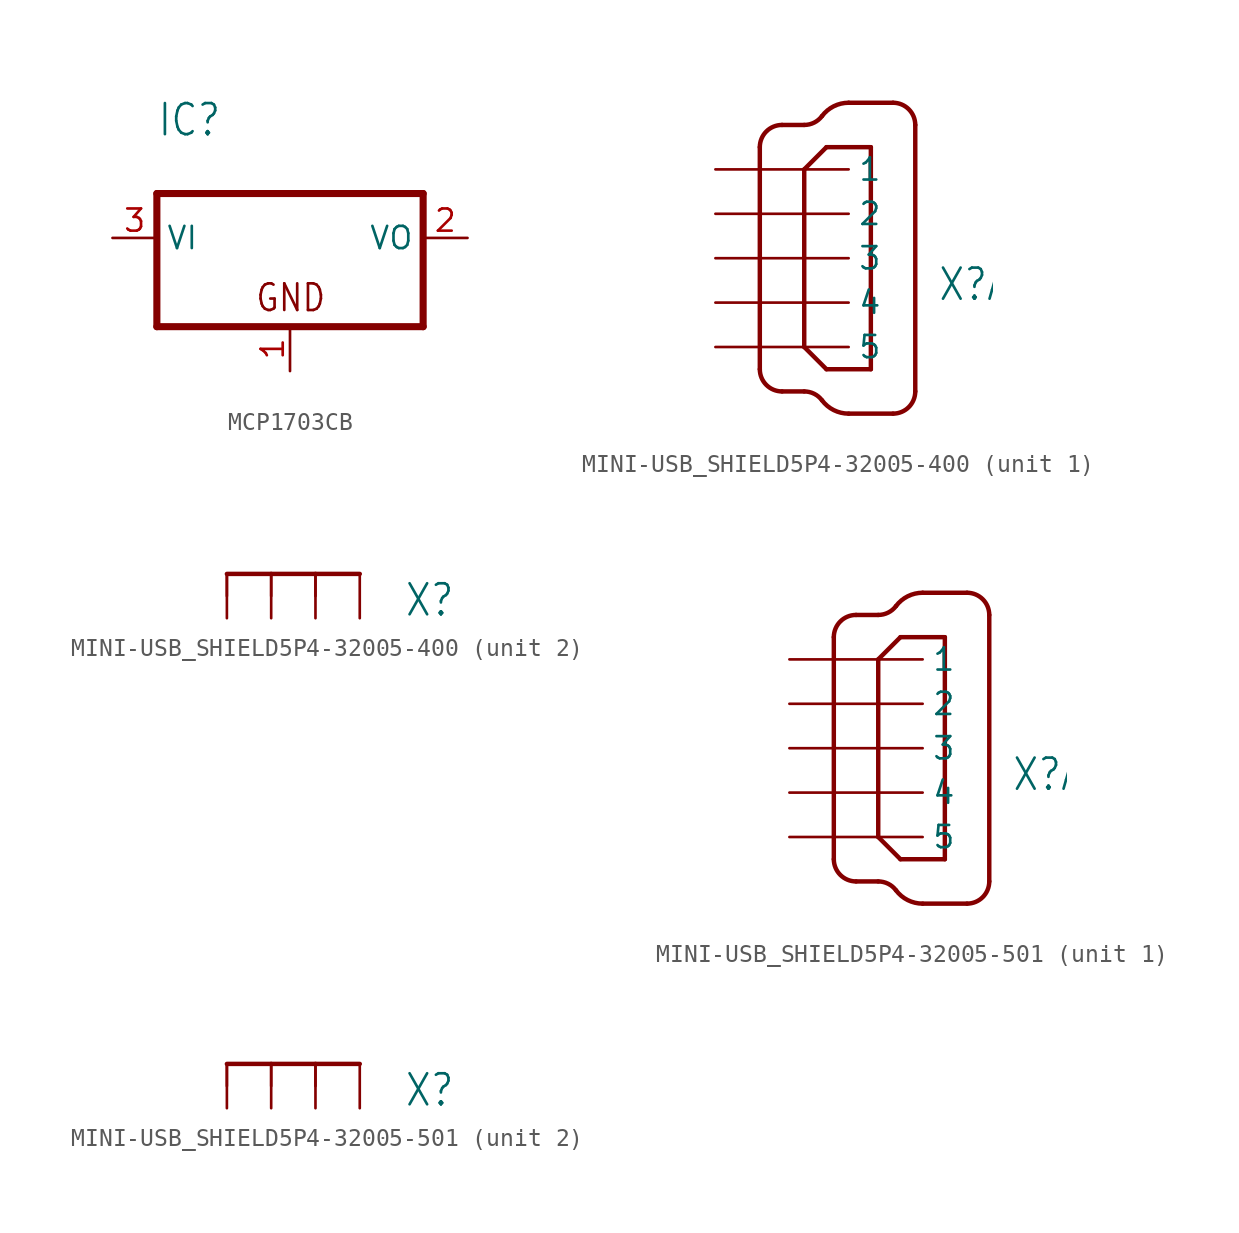
<source format=kicad_sym>
(kicad_symbol_lib
  (version 20220914)
  (generator kicad_symbol_editor)
  (symbol "MCP1703CB"
    (property "Reference" "IC"
      (at -7.62 5.715 0)
      (effects (font (size 1.778 1.511)) (justify left bottom)))
    (property "Value" ""
      (at -7.62 3.175 0)
      (effects (font (size 1.778 1.511)) (justify left bottom)))
    (property "ki_locked" ""
      (at 0 0 0)
      (effects (font (size 1.27 1.27))))
    (symbol "MCP1703CB_1_0"
      (polyline (pts (xy -7.62 -5.08) (xy 7.62 -5.08)) (stroke (width 0.406) (type solid)) (fill (type none)))
      (polyline (pts (xy -7.62 2.54) (xy -7.62 -5.08)) (stroke (width 0.406) (type solid)) (fill (type none)))
      (polyline (pts (xy 7.62 -5.08) (xy 7.62 2.54)) (stroke (width 0.406) (type solid)) (fill (type none)))
      (polyline (pts (xy 7.62 2.54) (xy -7.62 2.54)) (stroke (width 0.406) (type solid)) (fill (type none)))
      (text "GND" (at -2.032 -4.318 0) (effects (font (size 1.524 1.295)) (justify left bottom)))
      (pin passive line (at 0 -7.62 90) (length 2.54) (name "GND" (effects (font (size 0 0)))) (number "1" (effects (font (size 1.27 1.27)))))
      (pin passive line (at 10.16 0 180) (length 2.54) (name "VO" (effects (font (size 1.27 1.27)))) (number "2" (effects (font (size 1.27 1.27)))))
      (pin input line (at -10.16 0 0) (length 2.54) (name "VI" (effects (font (size 1.27 1.27)))) (number "3" (effects (font (size 1.27 1.27)))))))
  (symbol "MINI-USB_SHIELD5P4-32005-400"
    (property "Reference" "X"
      (at 7.62 -2.54 0)
      (effects (font (size 1.778 1.511)) (justify left bottom)))
    (property "ki_locked" ""
      (at 0 0 0)
      (effects (font (size 1.27 1.27))))
    (symbol "MINI-USB_SHIELD5P4-32005-400_1_0"
      (arc (start -2.54 -6.35) (mid -2.168 -7.248) (end -1.27 -7.62) (stroke (width 0.254) (type solid)) (fill (type none)))
      (arc (start -1.27 7.62) (mid -2.168 7.248) (end -2.54 6.35) (stroke (width 0.254) (type solid)) (fill (type none)))
      (polyline (pts (xy -2.54 6.35) (xy -2.54 -6.35)) (stroke (width 0.254) (type solid)) (fill (type none)))
      (polyline (pts (xy -1.27 -7.62) (xy 0 -7.62)) (stroke (width 0.254) (type solid)) (fill (type none)))
      (polyline (pts (xy -1.27 7.62) (xy 0 7.62)) (stroke (width 0.254) (type solid)) (fill (type none)))
      (polyline (pts (xy 0 -5.08) (xy 1.27 -6.35)) (stroke (width 0.254) (type solid)) (fill (type none)))
      (polyline (pts (xy 0 5.08) (xy 0 -5.08)) (stroke (width 0.254) (type solid)) (fill (type none)))
      (polyline (pts (xy 1.27 -6.35) (xy 3.81 -6.35)) (stroke (width 0.254) (type solid)) (fill (type none)))
      (polyline (pts (xy 1.27 6.35) (xy 0 5.08)) (stroke (width 0.254) (type solid)) (fill (type none)))
      (polyline (pts (xy 2.54 -8.89) (xy 5.08 -8.89)) (stroke (width 0.254) (type solid)) (fill (type none)))
      (polyline (pts (xy 2.54 8.89) (xy 5.08 8.89)) (stroke (width 0.254) (type solid)) (fill (type none)))
      (polyline (pts (xy 3.81 -6.35) (xy 3.81 6.35)) (stroke (width 0.254) (type solid)) (fill (type none)))
      (polyline (pts (xy 3.81 6.35) (xy 1.27 6.35)) (stroke (width 0.254) (type solid)) (fill (type none)))
      (polyline (pts (xy 6.35 -7.62) (xy 6.35 7.62)) (stroke (width 0.254) (type solid)) (fill (type none)))
      (arc (start 0 7.62) (mid 0.568 7.7541) (end 1.016 8.128) (stroke (width 0.254) (type solid)) (fill (type none)))
      (arc (start 1.016 -8.128) (mid 0.568 -7.7541) (end 0 -7.62) (stroke (width 0.254) (type solid)) (fill (type none)))
      (arc (start 1.016 -8.128) (mid 1.6881 -8.6889) (end 2.5401 -8.89) (stroke (width 0.254) (type solid)) (fill (type none)))
      (arc (start 2.5401 8.89) (mid 1.6881 8.6889) (end 1.016 8.128) (stroke (width 0.254) (type solid)) (fill (type none)))
      (arc (start 5.08 -8.89) (mid 5.978 -8.518) (end 6.35 -7.62) (stroke (width 0.254) (type solid)) (fill (type none)))
      (arc (start 6.35 7.62) (mid 5.978 8.518) (end 5.08 8.89) (stroke (width 0.254) (type solid)) (fill (type none)))
      (pin passive line (at -5.08 5.08 0) (length 7.62) (name "1" (effects (font (size 1.27 1.27)))) (number "1" (effects (font (size 0 0)))))
      (pin passive line (at -5.08 2.54 0) (length 7.62) (name "2" (effects (font (size 1.27 1.27)))) (number "2" (effects (font (size 0 0)))))
      (pin passive line (at -5.08 0 0) (length 7.62) (name "3" (effects (font (size 1.27 1.27)))) (number "3" (effects (font (size 0 0)))))
      (pin passive line (at -5.08 -2.54 0) (length 7.62) (name "4" (effects (font (size 1.27 1.27)))) (number "4" (effects (font (size 0 0)))))
      (pin passive line (at -5.08 -5.08 0) (length 7.62) (name "5" (effects (font (size 1.27 1.27)))) (number "5" (effects (font (size 0 0))))))
    (symbol "MINI-USB_SHIELD5P4-32005-400_2_0"
      (polyline (pts (xy -2.54 -1.27) (xy -2.54 0)) (stroke (width 0.152) (type solid)) (fill (type none)))
      (polyline (pts (xy -2.54 0) (xy 0 0)) (stroke (width 0.254) (type solid)) (fill (type none)))
      (polyline (pts (xy 0 -1.27) (xy 0 0)) (stroke (width 0.152) (type solid)) (fill (type none)))
      (polyline (pts (xy 0 0) (xy 2.54 0)) (stroke (width 0.254) (type solid)) (fill (type none)))
      (polyline (pts (xy 2.54 -1.27) (xy 2.54 0)) (stroke (width 0.152) (type solid)) (fill (type none)))
      (polyline (pts (xy 2.54 0) (xy 5.08 0)) (stroke (width 0.254) (type solid)) (fill (type none)))
      (pin passive line (at -2.54 -2.54 90) (length 2.54) (name "S1" (effects (font (size 0 0)))) (number "M1" (effects (font (size 0 0)))))
      (pin passive line (at 0 -2.54 90) (length 2.54) (name "S2" (effects (font (size 0 0)))) (number "M2" (effects (font (size 0 0)))))
      (pin passive line (at 2.54 -2.54 90) (length 2.54) (name "S3" (effects (font (size 0 0)))) (number "M3" (effects (font (size 0 0)))))
      (pin passive line (at 5.08 -2.54 90) (length 2.54) (name "S4" (effects (font (size 0 0)))) (number "M4" (effects (font (size 0 0)))))))
  (symbol "MINI-USB_SHIELD5P4-32005-501"
    (property "Reference" "X"
      (at 7.62 -2.54 0)
      (effects (font (size 1.778 1.511)) (justify left bottom)))
    (property "ki_locked" ""
      (at 0 0 0)
      (effects (font (size 1.27 1.27))))
    (symbol "MINI-USB_SHIELD5P4-32005-501_1_0"
      (arc (start -2.54 -6.35) (mid -2.168 -7.248) (end -1.27 -7.62) (stroke (width 0.254) (type solid)) (fill (type none)))
      (arc (start -1.27 7.62) (mid -2.168 7.248) (end -2.54 6.35) (stroke (width 0.254) (type solid)) (fill (type none)))
      (polyline (pts (xy -2.54 6.35) (xy -2.54 -6.35)) (stroke (width 0.254) (type solid)) (fill (type none)))
      (polyline (pts (xy -1.27 -7.62) (xy 0 -7.62)) (stroke (width 0.254) (type solid)) (fill (type none)))
      (polyline (pts (xy -1.27 7.62) (xy 0 7.62)) (stroke (width 0.254) (type solid)) (fill (type none)))
      (polyline (pts (xy 0 -5.08) (xy 1.27 -6.35)) (stroke (width 0.254) (type solid)) (fill (type none)))
      (polyline (pts (xy 0 5.08) (xy 0 -5.08)) (stroke (width 0.254) (type solid)) (fill (type none)))
      (polyline (pts (xy 1.27 -6.35) (xy 3.81 -6.35)) (stroke (width 0.254) (type solid)) (fill (type none)))
      (polyline (pts (xy 1.27 6.35) (xy 0 5.08)) (stroke (width 0.254) (type solid)) (fill (type none)))
      (polyline (pts (xy 2.54 -8.89) (xy 5.08 -8.89)) (stroke (width 0.254) (type solid)) (fill (type none)))
      (polyline (pts (xy 2.54 8.89) (xy 5.08 8.89)) (stroke (width 0.254) (type solid)) (fill (type none)))
      (polyline (pts (xy 3.81 -6.35) (xy 3.81 6.35)) (stroke (width 0.254) (type solid)) (fill (type none)))
      (polyline (pts (xy 3.81 6.35) (xy 1.27 6.35)) (stroke (width 0.254) (type solid)) (fill (type none)))
      (polyline (pts (xy 6.35 -7.62) (xy 6.35 7.62)) (stroke (width 0.254) (type solid)) (fill (type none)))
      (arc (start 0 7.62) (mid 0.568 7.7541) (end 1.016 8.128) (stroke (width 0.254) (type solid)) (fill (type none)))
      (arc (start 1.016 -8.128) (mid 0.568 -7.7541) (end 0 -7.62) (stroke (width 0.254) (type solid)) (fill (type none)))
      (arc (start 1.016 -8.128) (mid 1.6881 -8.6889) (end 2.5401 -8.89) (stroke (width 0.254) (type solid)) (fill (type none)))
      (arc (start 2.5401 8.89) (mid 1.6881 8.6889) (end 1.016 8.128) (stroke (width 0.254) (type solid)) (fill (type none)))
      (arc (start 5.08 -8.89) (mid 5.978 -8.518) (end 6.35 -7.62) (stroke (width 0.254) (type solid)) (fill (type none)))
      (arc (start 6.35 7.62) (mid 5.978 8.518) (end 5.08 8.89) (stroke (width 0.254) (type solid)) (fill (type none)))
      (pin passive line (at -5.08 5.08 0) (length 7.62) (name "1" (effects (font (size 1.27 1.27)))) (number "1" (effects (font (size 0 0)))))
      (pin passive line (at -5.08 2.54 0) (length 7.62) (name "2" (effects (font (size 1.27 1.27)))) (number "2" (effects (font (size 0 0)))))
      (pin passive line (at -5.08 0 0) (length 7.62) (name "3" (effects (font (size 1.27 1.27)))) (number "3" (effects (font (size 0 0)))))
      (pin passive line (at -5.08 -2.54 0) (length 7.62) (name "4" (effects (font (size 1.27 1.27)))) (number "4" (effects (font (size 0 0)))))
      (pin passive line (at -5.08 -5.08 0) (length 7.62) (name "5" (effects (font (size 1.27 1.27)))) (number "5" (effects (font (size 0 0))))))
    (symbol "MINI-USB_SHIELD5P4-32005-501_2_0"
      (polyline (pts (xy -2.54 -1.27) (xy -2.54 0)) (stroke (width 0.152) (type solid)) (fill (type none)))
      (polyline (pts (xy -2.54 0) (xy 0 0)) (stroke (width 0.254) (type solid)) (fill (type none)))
      (polyline (pts (xy 0 -1.27) (xy 0 0)) (stroke (width 0.152) (type solid)) (fill (type none)))
      (polyline (pts (xy 0 0) (xy 2.54 0)) (stroke (width 0.254) (type solid)) (fill (type none)))
      (polyline (pts (xy 2.54 -1.27) (xy 2.54 0)) (stroke (width 0.152) (type solid)) (fill (type none)))
      (polyline (pts (xy 2.54 0) (xy 5.08 0)) (stroke (width 0.254) (type solid)) (fill (type none)))
      (pin passive line (at -2.54 -2.54 90) (length 2.54) (name "S1" (effects (font (size 0 0)))) (number "M1" (effects (font (size 0 0)))))
      (pin passive line (at 0 -2.54 90) (length 2.54) (name "S2" (effects (font (size 0 0)))) (number "M2" (effects (font (size 0 0)))))
      (pin passive line (at 2.54 -2.54 90) (length 2.54) (name "S3" (effects (font (size 0 0)))) (number "M3" (effects (font (size 0 0)))))
      (pin passive line (at 5.08 -2.54 90) (length 2.54) (name "S4" (effects (font (size 0 0)))) (number "M4" (effects (font (size 0 0))))))))
</source>
